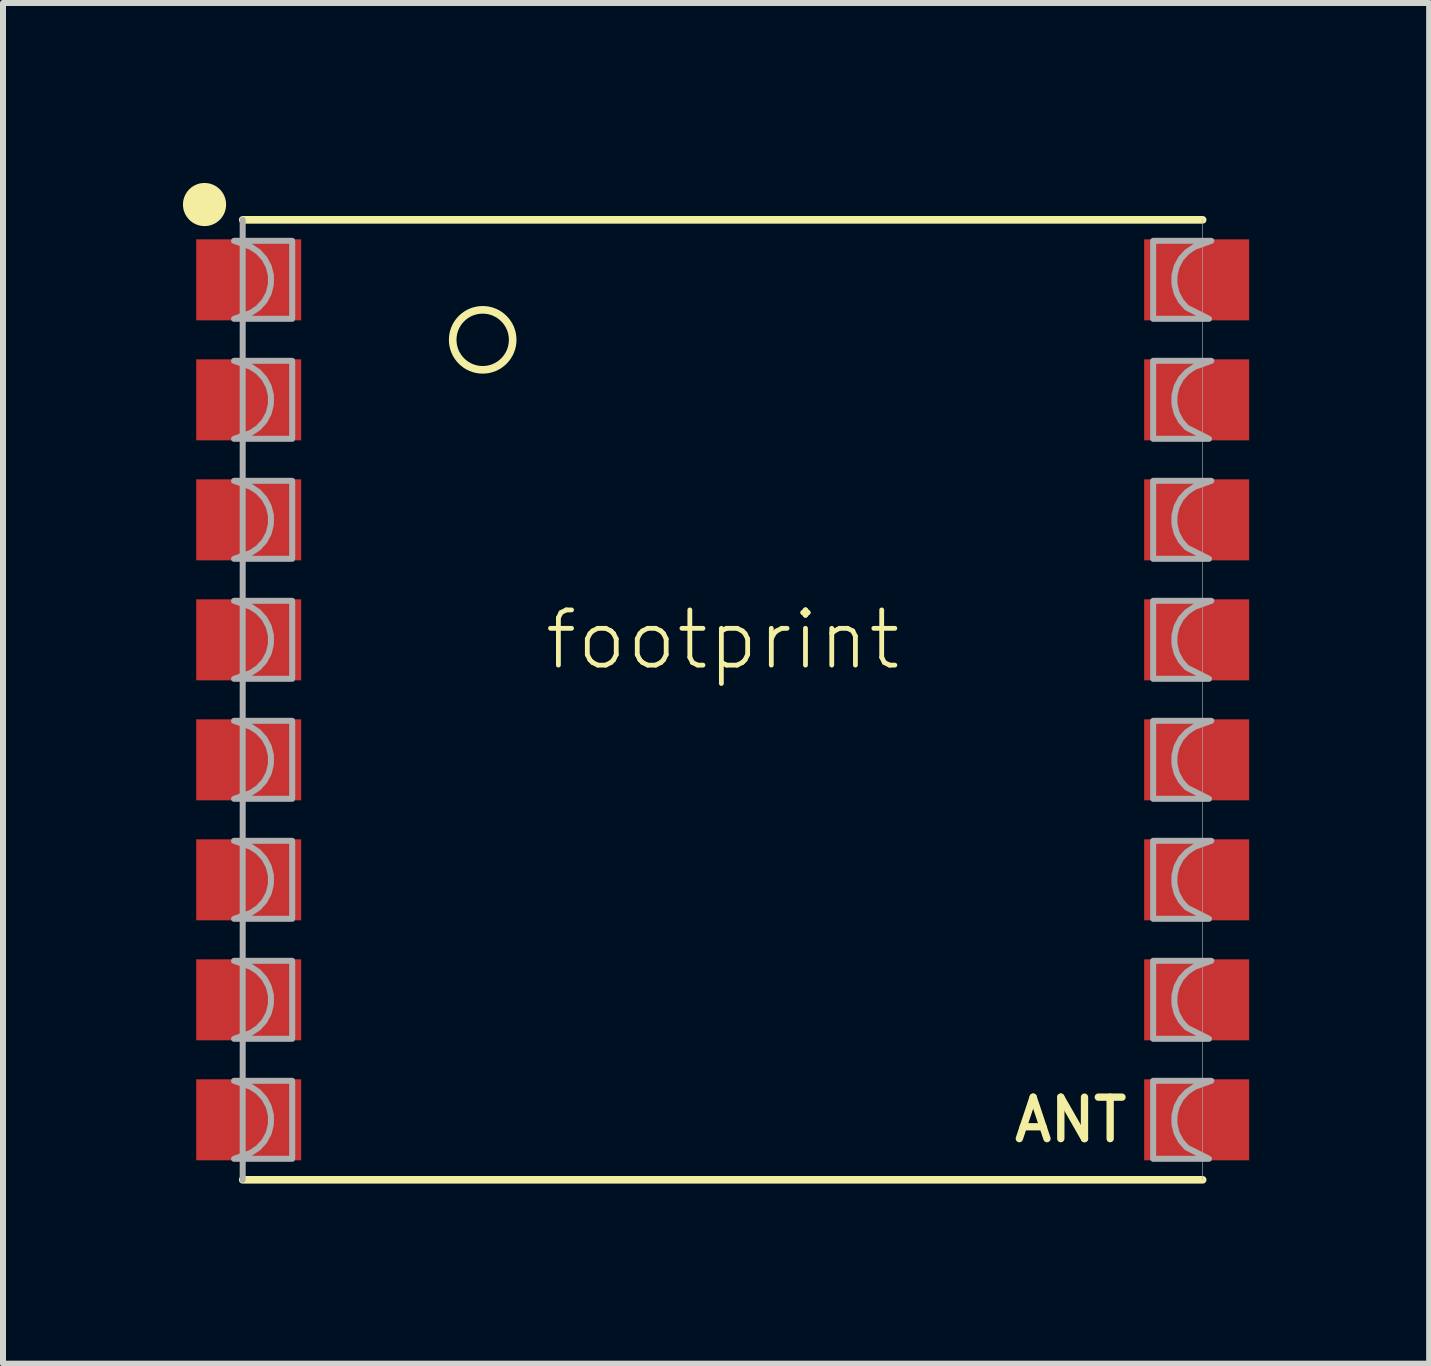
<source format=kicad_pcb>
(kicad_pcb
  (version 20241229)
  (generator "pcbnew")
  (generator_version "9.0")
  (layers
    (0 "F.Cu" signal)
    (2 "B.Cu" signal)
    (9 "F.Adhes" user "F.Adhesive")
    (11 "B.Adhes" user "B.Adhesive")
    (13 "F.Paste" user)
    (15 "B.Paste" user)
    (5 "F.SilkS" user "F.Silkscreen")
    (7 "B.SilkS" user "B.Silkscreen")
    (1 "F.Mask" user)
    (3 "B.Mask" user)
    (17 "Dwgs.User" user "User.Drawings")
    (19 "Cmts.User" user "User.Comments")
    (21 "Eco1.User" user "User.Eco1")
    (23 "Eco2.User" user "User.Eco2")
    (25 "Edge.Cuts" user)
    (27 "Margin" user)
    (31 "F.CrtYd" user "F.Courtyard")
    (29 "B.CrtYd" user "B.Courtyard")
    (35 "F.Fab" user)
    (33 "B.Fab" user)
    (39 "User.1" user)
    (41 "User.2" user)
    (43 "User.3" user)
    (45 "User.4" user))
  (footprint "footprint"
    (layer "F.Cu")
    (at 8.995 8.614)
    (property "Reference" "footprint" (at 0 -1 0) (layer "F.SilkS") (effects (font (size 0.92 0.92) (thickness 0.08))))
    (fp_line (start -8 -8) (end 8 -8) (stroke (width 0.127) (type solid)) (layer "F.SilkS"))
    (fp_line (start -8 8) (end 8 8) (stroke (width 0.127) (type solid)) (layer "F.SilkS"))
    (fp_circle (center -8.636 -8.255) (end -8.456 -8.255) (stroke (width 0.359) (type solid)) (fill yes) (layer "F.SilkS"))
    (fp_circle (center -4 -6) (end -3.5 -6) (stroke (width 0.127) (type solid)) (fill no) (layer "F.SilkS"))
    (fp_line (start -8 -8) (end -8 8) (stroke (width 0.1) (type solid)) (layer "F.Fab"))
    (fp_line (start 8 -8) (end 8 8) (stroke (width 0.01) (type solid)) (layer "F.Fab"))
    (fp_poly (pts (xy 7.864 -7.55) (xy 7.739 -7.466) (xy 7.637 -7.354) (xy 7.566 -7.221) (xy 7.53 -7.075) (xy 7.53 -6.925) (xy 7.566 -6.779) (xy 7.637 -6.646) (xy 7.737 -6.535) (xy 8.105 -6.35) (xy 7.175 -6.35) (xy 7.175 -7.65) (xy 8.144 -7.65)) (stroke (width 0.1) (type solid)) (fill no) (layer "F.Fab"))
    (fp_poly (pts (xy 7.864 -5.55) (xy 7.739 -5.466) (xy 7.637 -5.354) (xy 7.566 -5.221) (xy 7.53 -5.075) (xy 7.53 -4.925) (xy 7.566 -4.779) (xy 7.637 -4.646) (xy 7.737 -4.535) (xy 8.105 -4.35) (xy 7.175 -4.35) (xy 7.175 -5.65) (xy 8.144 -5.65)) (stroke (width 0.1) (type solid)) (fill no) (layer "F.Fab"))
    (fp_poly (pts (xy 7.864 -3.55) (xy 7.739 -3.466) (xy 7.637 -3.354) (xy 7.566 -3.221) (xy 7.53 -3.075) (xy 7.53 -2.925) (xy 7.566 -2.779) (xy 7.637 -2.646) (xy 7.737 -2.535) (xy 8.105 -2.35) (xy 7.175 -2.35) (xy 7.175 -3.65) (xy 8.144 -3.65)) (stroke (width 0.1) (type solid)) (fill no) (layer "F.Fab"))
    (fp_poly (pts (xy 7.864 -1.55) (xy 7.739 -1.466) (xy 7.637 -1.354) (xy 7.566 -1.221) (xy 7.53 -1.075) (xy 7.53 -0.925) (xy 7.566 -0.779) (xy 7.637 -0.646) (xy 7.737 -0.535) (xy 8.105 -0.35) (xy 7.175 -0.35) (xy 7.175 -1.65) (xy 8.144 -1.65)) (stroke (width 0.1) (type solid)) (fill no) (layer "F.Fab"))
    (fp_poly (pts (xy 7.864 0.45) (xy 7.739 0.534) (xy 7.637 0.646) (xy 7.566 0.779) (xy 7.53 0.925) (xy 7.53 1.075) (xy 7.566 1.221) (xy 7.637 1.354) (xy 7.737 1.465) (xy 8.105 1.65) (xy 7.175 1.65) (xy 7.175 0.35) (xy 8.144 0.35)) (stroke (width 0.1) (type solid)) (fill no) (layer "F.Fab"))
    (fp_poly (pts (xy 7.864 2.45) (xy 7.739 2.534) (xy 7.637 2.646) (xy 7.566 2.779) (xy 7.53 2.925) (xy 7.53 3.075) (xy 7.566 3.221) (xy 7.637 3.354) (xy 7.737 3.465) (xy 8.105 3.65) (xy 7.175 3.65) (xy 7.175 2.35) (xy 8.144 2.35)) (stroke (width 0.1) (type solid)) (fill no) (layer "F.Fab"))
    (fp_poly (pts (xy 7.864 4.45) (xy 7.739 4.534) (xy 7.637 4.646) (xy 7.566 4.779) (xy 7.53 4.925) (xy 7.53 5.075) (xy 7.566 5.221) (xy 7.637 5.354) (xy 7.737 5.465) (xy 8.105 5.65) (xy 7.175 5.65) (xy 7.175 4.35) (xy 8.144 4.35)) (stroke (width 0.1) (type solid)) (fill no) (layer "F.Fab"))
    (fp_poly (pts (xy 7.864 6.45) (xy 7.739 6.534) (xy 7.637 6.646) (xy 7.566 6.779) (xy 7.53 6.925) (xy 7.53 7.075) (xy 7.566 7.221) (xy 7.637 7.354) (xy 7.737 7.465) (xy 8.105 7.65) (xy 7.175 7.65) (xy 7.175 6.35) (xy 8.144 6.35)) (stroke (width 0.1) (type solid)) (fill no) (layer "F.Fab"))
    (fp_poly (pts (xy -7.175 -6.35) (xy -8.144 -6.35) (xy -7.864 -6.45) (xy -7.739 -6.534) (xy -7.637 -6.646) (xy -7.566 -6.779) (xy -7.53 -6.925) (xy -7.53 -7.075) (xy -7.566 -7.221) (xy -7.637 -7.354) (xy -7.739 -7.466) (xy -7.864 -7.55) (xy -8.144 -7.65) (xy -7.175 -7.65)) (stroke (width 0.1) (type solid)) (fill no) (layer "F.Fab"))
    (fp_poly (pts (xy -7.175 -4.35) (xy -8.144 -4.35) (xy -7.864 -4.45) (xy -7.739 -4.534) (xy -7.637 -4.646) (xy -7.566 -4.779) (xy -7.53 -4.925) (xy -7.53 -5.075) (xy -7.566 -5.221) (xy -7.637 -5.354) (xy -7.739 -5.466) (xy -7.864 -5.55) (xy -8.144 -5.65) (xy -7.175 -5.65)) (stroke (width 0.1) (type solid)) (fill no) (layer "F.Fab"))
    (fp_poly (pts (xy -7.175 -2.35) (xy -8.144 -2.35) (xy -7.864 -2.45) (xy -7.739 -2.534) (xy -7.637 -2.646) (xy -7.566 -2.779) (xy -7.53 -2.925) (xy -7.53 -3.075) (xy -7.566 -3.221) (xy -7.637 -3.354) (xy -7.739 -3.466) (xy -7.864 -3.55) (xy -8.144 -3.65) (xy -7.175 -3.65)) (stroke (width 0.1) (type solid)) (fill no) (layer "F.Fab"))
    (fp_poly (pts (xy -7.175 -0.35) (xy -8.144 -0.35) (xy -7.864 -0.45) (xy -7.739 -0.534) (xy -7.637 -0.646) (xy -7.566 -0.779) (xy -7.53 -0.925) (xy -7.53 -1.075) (xy -7.566 -1.221) (xy -7.637 -1.354) (xy -7.739 -1.466) (xy -7.864 -1.55) (xy -8.144 -1.65) (xy -7.175 -1.65)) (stroke (width 0.1) (type solid)) (fill no) (layer "F.Fab"))
    (fp_poly (pts (xy -7.175 1.65) (xy -8.144 1.65) (xy -7.864 1.55) (xy -7.739 1.466) (xy -7.637 1.354) (xy -7.566 1.221) (xy -7.53 1.075) (xy -7.53 0.925) (xy -7.566 0.779) (xy -7.637 0.646) (xy -7.739 0.534) (xy -7.864 0.45) (xy -8.144 0.35) (xy -7.175 0.35)) (stroke (width 0.1) (type solid)) (fill no) (layer "F.Fab"))
    (fp_poly (pts (xy -7.175 3.65) (xy -8.144 3.65) (xy -7.864 3.55) (xy -7.739 3.466) (xy -7.637 3.354) (xy -7.566 3.221) (xy -7.53 3.075) (xy -7.53 2.925) (xy -7.566 2.779) (xy -7.637 2.646) (xy -7.739 2.534) (xy -7.864 2.45) (xy -8.144 2.35) (xy -7.175 2.35)) (stroke (width 0.1) (type solid)) (fill no) (layer "F.Fab"))
    (fp_poly (pts (xy -7.175 5.65) (xy -8.144 5.65) (xy -7.864 5.55) (xy -7.739 5.466) (xy -7.637 5.354) (xy -7.566 5.221) (xy -7.53 5.075) (xy -7.53 4.925) (xy -7.566 4.779) (xy -7.637 4.646) (xy -7.739 4.534) (xy -7.864 4.45) (xy -8.144 4.35) (xy -7.175 4.35)) (stroke (width 0.1) (type solid)) (fill no) (layer "F.Fab"))
    (fp_poly (pts (xy -7.175 7.65) (xy -8.144 7.65) (xy -7.864 7.55) (xy -7.739 7.466) (xy -7.637 7.354) (xy -7.566 7.221) (xy -7.53 7.075) (xy -7.53 6.925) (xy -7.566 6.779) (xy -7.637 6.646) (xy -7.739 6.534) (xy -7.864 6.45) (xy -8.144 6.35) (xy -7.175 6.35)) (stroke (width 0.1) (type solid)) (fill no) (layer "F.Fab"))
    (fp_text user "ANT" (at 5.8 7 0) (layer "F.SilkS") (effects (font (size 0.691 0.691) (thickness 0.122))))
    (pad "!RESET" smd rect (at -7.9 3) (size 1.75 1.35) (layers "F.Cu" "F.Mask" "F.Paste"))
    (pad "3.3V" smd rect (at 7.9 -1) (size 1.75 1.35) (layers "F.Cu" "F.Mask" "F.Paste"))
    (pad "ANT" smd rect (at 7.9 7) (size 1.75 1.35) (layers "F.Cu" "F.Mask" "F.Paste"))
    (pad "DIO0" smd rect (at 7.9 -3) (size 1.75 1.35) (layers "F.Cu" "F.Mask" "F.Paste"))
    (pad "DIO1" smd rect (at 7.9 -5) (size 1.75 1.35) (layers "F.Cu" "F.Mask" "F.Paste"))
    (pad "DIO2" smd rect (at 7.9 -7) (size 1.75 1.35) (layers "F.Cu" "F.Mask" "F.Paste"))
    (pad "DIO3" smd rect (at 7.9 3) (size 1.75 1.35) (layers "F.Cu" "F.Mask" "F.Paste"))
    (pad "DIO4" smd rect (at 7.9 1) (size 1.75 1.35) (layers "F.Cu" "F.Mask" "F.Paste"))
    (pad "DIO5" smd rect (at -7.9 5) (size 1.75 1.35) (layers "F.Cu" "F.Mask" "F.Paste"))
    (pad "GND@1" smd rect (at -7.9 -7) (size 1.75 1.35) (layers "F.Cu" "F.Mask" "F.Paste"))
    (pad "GND@2" smd rect (at -7.9 7) (size 1.75 1.35) (layers "F.Cu" "F.Mask" "F.Paste"))
    (pad "GND@3" smd rect (at 7.9 5) (size 1.75 1.35) (layers "F.Cu" "F.Mask" "F.Paste"))
    (pad "NSS" smd rect (at -7.9 1) (size 1.75 1.35) (layers "F.Cu" "F.Mask" "F.Paste"))
    (pad "SCK" smd rect (at -7.9 -1) (size 1.75 1.35) (layers "F.Cu" "F.Mask" "F.Paste"))
    (pad "SDI" smd rect (at -7.9 -3) (size 1.75 1.35) (layers "F.Cu" "F.Mask" "F.Paste"))
    (pad "SDO" smd rect (at -7.9 -5) (size 1.75 1.35) (layers "F.Cu" "F.Mask" "F.Paste")))
  (gr_rect
    (start -3 -3)
    (end 20.77 19.678)
    (stroke (width 0.1) (type default))
    (fill no)
    (layer "Edge.Cuts")))
</source>
